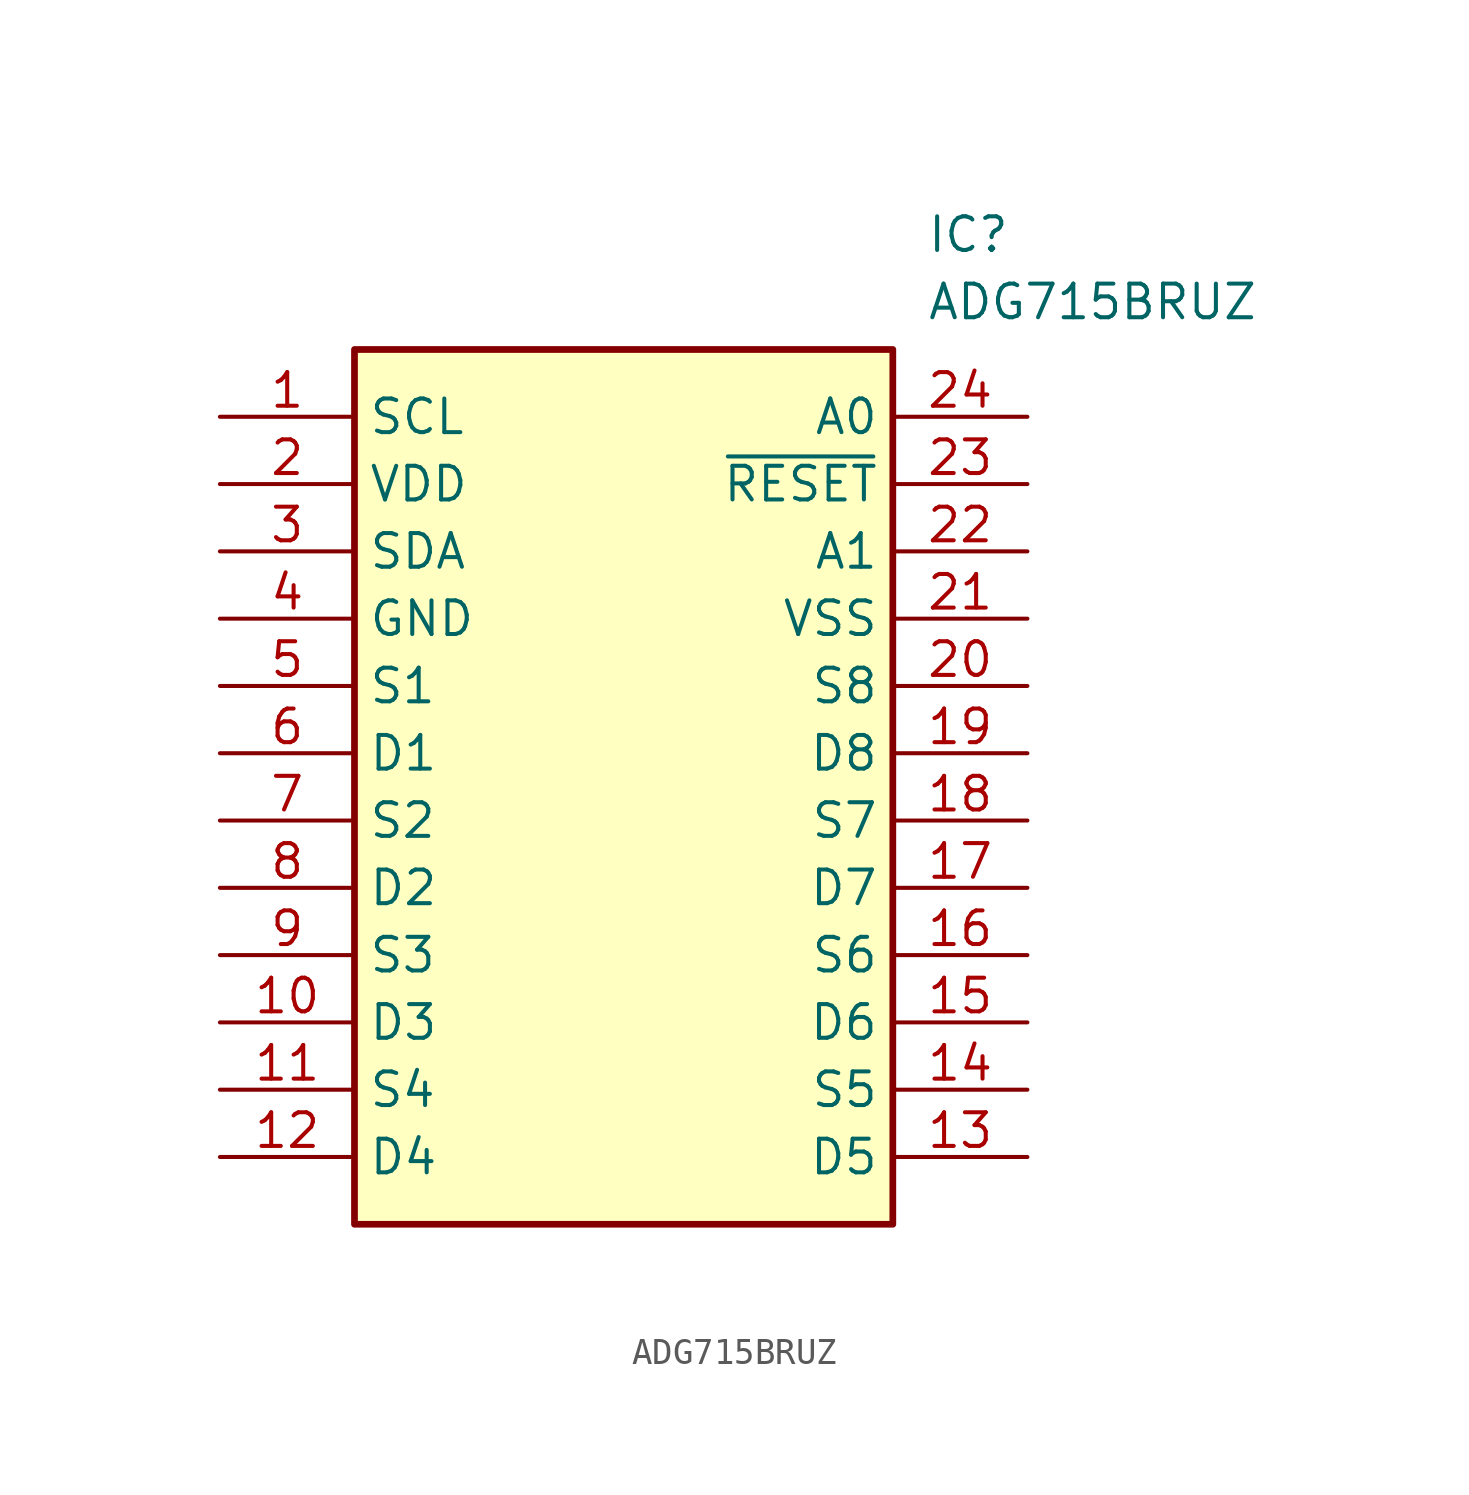
<source format=kicad_sym>
(kicad_symbol_lib
  (version 20211014)
  (generator SamacSys_ECAD_Model)
  (symbol "ADG715BRUZ"
    (property "Reference" "IC"
      (at 26.67 7.62 0)
      (effects (font (size 1.27 1.27)) (justify left top)))
    (property "Value" "ADG715BRUZ"
      (at 26.67 5.08 0)
      (effects (font (size 1.27 1.27)) (justify left top)))
    (rectangle
      (start 5.08 2.54)
      (end 25.4 -30.48)
      (stroke (width 0.254) (type default))
      (fill (type background)))
    (pin passive line
      (at 0 0 0)
      (length 5.08)
      (name "SCL" (effects (font (size 1.27 1.27))))
      (number "1" (effects (font (size 1.27 1.27)))))
    (pin passive line
      (at 0 -2.54 0)
      (length 5.08)
      (name "VDD" (effects (font (size 1.27 1.27))))
      (number "2" (effects (font (size 1.27 1.27)))))
    (pin passive line
      (at 0 -5.08 0)
      (length 5.08)
      (name "SDA" (effects (font (size 1.27 1.27))))
      (number "3" (effects (font (size 1.27 1.27)))))
    (pin passive line
      (at 0 -7.62 0)
      (length 5.08)
      (name "GND" (effects (font (size 1.27 1.27))))
      (number "4" (effects (font (size 1.27 1.27)))))
    (pin passive line
      (at 0 -10.16 0)
      (length 5.08)
      (name "S1" (effects (font (size 1.27 1.27))))
      (number "5" (effects (font (size 1.27 1.27)))))
    (pin passive line
      (at 0 -12.7 0)
      (length 5.08)
      (name "D1" (effects (font (size 1.27 1.27))))
      (number "6" (effects (font (size 1.27 1.27)))))
    (pin passive line
      (at 0 -15.24 0)
      (length 5.08)
      (name "S2" (effects (font (size 1.27 1.27))))
      (number "7" (effects (font (size 1.27 1.27)))))
    (pin passive line
      (at 0 -17.78 0)
      (length 5.08)
      (name "D2" (effects (font (size 1.27 1.27))))
      (number "8" (effects (font (size 1.27 1.27)))))
    (pin passive line
      (at 0 -20.32 0)
      (length 5.08)
      (name "S3" (effects (font (size 1.27 1.27))))
      (number "9" (effects (font (size 1.27 1.27)))))
    (pin passive line
      (at 0 -22.86 0)
      (length 5.08)
      (name "D3" (effects (font (size 1.27 1.27))))
      (number "10" (effects (font (size 1.27 1.27)))))
    (pin passive line
      (at 0 -25.4 0)
      (length 5.08)
      (name "S4" (effects (font (size 1.27 1.27))))
      (number "11" (effects (font (size 1.27 1.27)))))
    (pin passive line
      (at 0 -27.94 0)
      (length 5.08)
      (name "D4" (effects (font (size 1.27 1.27))))
      (number "12" (effects (font (size 1.27 1.27)))))
    (pin passive line
      (at 30.48 0 180)
      (length 5.08)
      (name "A0" (effects (font (size 1.27 1.27))))
      (number "24" (effects (font (size 1.27 1.27)))))
    (pin passive line
      (at 30.48 -2.54 180)
      (length 5.08)
      (name "~{RESET}" (effects (font (size 1.27 1.27))))
      (number "23" (effects (font (size 1.27 1.27)))))
    (pin passive line
      (at 30.48 -5.08 180)
      (length 5.08)
      (name "A1" (effects (font (size 1.27 1.27))))
      (number "22" (effects (font (size 1.27 1.27)))))
    (pin passive line
      (at 30.48 -7.62 180)
      (length 5.08)
      (name "VSS" (effects (font (size 1.27 1.27))))
      (number "21" (effects (font (size 1.27 1.27)))))
    (pin passive line
      (at 30.48 -10.16 180)
      (length 5.08)
      (name "S8" (effects (font (size 1.27 1.27))))
      (number "20" (effects (font (size 1.27 1.27)))))
    (pin passive line
      (at 30.48 -12.7 180)
      (length 5.08)
      (name "D8" (effects (font (size 1.27 1.27))))
      (number "19" (effects (font (size 1.27 1.27)))))
    (pin passive line
      (at 30.48 -15.24 180)
      (length 5.08)
      (name "S7" (effects (font (size 1.27 1.27))))
      (number "18" (effects (font (size 1.27 1.27)))))
    (pin passive line
      (at 30.48 -17.78 180)
      (length 5.08)
      (name "D7" (effects (font (size 1.27 1.27))))
      (number "17" (effects (font (size 1.27 1.27)))))
    (pin passive line
      (at 30.48 -20.32 180)
      (length 5.08)
      (name "S6" (effects (font (size 1.27 1.27))))
      (number "16" (effects (font (size 1.27 1.27)))))
    (pin passive line
      (at 30.48 -22.86 180)
      (length 5.08)
      (name "D6" (effects (font (size 1.27 1.27))))
      (number "15" (effects (font (size 1.27 1.27)))))
    (pin passive line
      (at 30.48 -25.4 180)
      (length 5.08)
      (name "S5" (effects (font (size 1.27 1.27))))
      (number "14" (effects (font (size 1.27 1.27)))))
    (pin passive line
      (at 30.48 -27.94 180)
      (length 5.08)
      (name "D5" (effects (font (size 1.27 1.27))))
      (number "13" (effects (font (size 1.27 1.27)))))))
</source>
